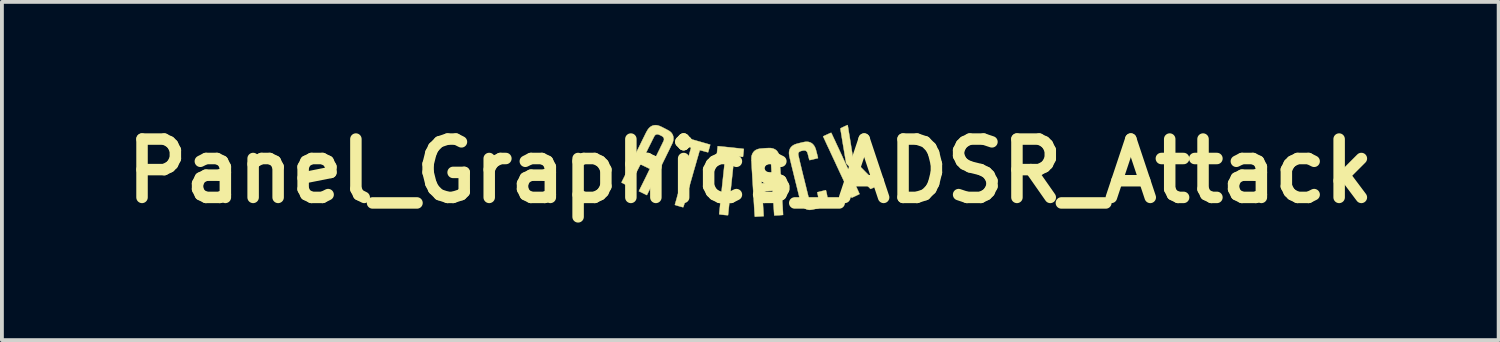
<source format=kicad_pcb>
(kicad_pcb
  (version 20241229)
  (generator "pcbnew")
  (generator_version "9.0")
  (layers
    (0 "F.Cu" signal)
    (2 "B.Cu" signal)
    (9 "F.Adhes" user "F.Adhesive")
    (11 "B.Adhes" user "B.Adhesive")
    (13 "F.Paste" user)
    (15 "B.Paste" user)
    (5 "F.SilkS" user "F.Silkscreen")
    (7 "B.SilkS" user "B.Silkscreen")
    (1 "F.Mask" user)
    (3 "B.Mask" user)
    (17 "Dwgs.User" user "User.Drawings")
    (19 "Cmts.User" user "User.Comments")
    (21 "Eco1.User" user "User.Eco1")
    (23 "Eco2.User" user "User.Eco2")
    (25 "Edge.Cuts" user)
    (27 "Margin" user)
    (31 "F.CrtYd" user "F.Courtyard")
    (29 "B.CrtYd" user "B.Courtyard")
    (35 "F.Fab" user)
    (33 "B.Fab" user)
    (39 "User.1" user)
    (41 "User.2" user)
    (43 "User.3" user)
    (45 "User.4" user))
  (footprint "Panel_Graphics_ADSR_Attack"
    (layer "F.Cu")
    (at 16.554 1.418)
    (property "Reference" "Panel_Graphics_ADSR_Attack" (at 0 0 0) (layer "F.SilkS") (effects (font (size 1.524 1.524) (thickness 0.3))))
    (attr through_hole)
    (fp_poly (pts (xy 2.545 -1.196) (xy 2.547 -1.184) (xy 2.55 -1.164) (xy 2.555 -1.138) (xy 2.56 -1.105) (xy 2.566 -1.067) (xy 2.573 -1.024) (xy 2.581 -0.977) (xy 2.59 -0.925) (xy 2.599 -0.87) (xy 2.608 -0.812) (xy 2.618 -0.751) (xy 2.618 -0.749) (xy 2.69 -0.301) (xy 2.934 -0.054) (xy 2.974 -0.013) (xy 3.014 0.028) (xy 3.054 0.068) (xy 3.093 0.107) (xy 3.13 0.145) (xy 3.165 0.18) (xy 3.196 0.212) (xy 3.223 0.239) (xy 3.246 0.263) (xy 3.264 0.281) (xy 3.265 0.282) (xy 3.353 0.371) (xy 3.278 0.406) (xy 3.252 0.418) (xy 3.227 0.43) (xy 3.204 0.441) (xy 3.185 0.45) (xy 3.172 0.455) (xy 3.142 0.469) (xy 2.825 0.139) (xy 2.783 0.094) (xy 2.742 0.051) (xy 2.702 0.01) (xy 2.666 -0.028) (xy 2.632 -0.064) (xy 2.601 -0.096) (xy 2.574 -0.125) (xy 2.551 -0.15) (xy 2.532 -0.17) (xy 2.518 -0.186) (xy 2.509 -0.196) (xy 2.505 -0.2) (xy 2.505 -0.2) (xy 2.504 -0.206) (xy 2.502 -0.219) (xy 2.498 -0.239) (xy 2.494 -0.265) (xy 2.488 -0.297) (xy 2.482 -0.335) (xy 2.475 -0.376) (xy 2.467 -0.421) (xy 2.459 -0.469) (xy 2.451 -0.52) (xy 2.442 -0.572) (xy 2.433 -0.625) (xy 2.424 -0.679) (xy 2.415 -0.732) (xy 2.406 -0.785) (xy 2.398 -0.835) (xy 2.39 -0.884) (xy 2.383 -0.929) (xy 2.376 -0.971) (xy 2.37 -1.008) (xy 2.364 -1.041) (xy 2.36 -1.068) (xy 2.357 -1.088) (xy 2.355 -1.102) (xy 2.354 -1.108) (xy 2.354 -1.108) (xy 2.356 -1.111) (xy 2.363 -1.116) (xy 2.375 -1.123) (xy 2.392 -1.133) (xy 2.417 -1.144) (xy 2.448 -1.159) (xy 2.474 -1.171) (xy 2.497 -1.181) (xy 2.517 -1.19) (xy 2.532 -1.196) (xy 2.541 -1.2) (xy 2.544 -1.2) (xy 2.545 -1.196)) (stroke (width 0.01) (type solid)) (fill yes) (layer "F.SilkS"))
    (fp_poly (pts (xy 2.115 -0.997) (xy 2.116 -0.996) (xy 2.12 -0.987) (xy 2.128 -0.972) (xy 2.138 -0.95) (xy 2.151 -0.922) (xy 2.167 -0.888) (xy 2.185 -0.849) (xy 2.206 -0.806) (xy 2.228 -0.758) (xy 2.252 -0.705) (xy 2.278 -0.65) (xy 2.306 -0.591) (xy 2.334 -0.53) (xy 2.363 -0.467) (xy 2.394 -0.402) (xy 2.424 -0.335) (xy 2.455 -0.268) (xy 2.487 -0.2) (xy 2.518 -0.132) (xy 2.549 -0.065) (xy 2.58 0.002) (xy 2.61 0.067) (xy 2.639 0.131) (xy 2.668 0.192) (xy 2.695 0.251) (xy 2.72 0.306) (xy 2.744 0.359) (xy 2.767 0.407) (xy 2.787 0.451) (xy 2.805 0.49) (xy 2.82 0.524) (xy 2.833 0.553) (xy 2.843 0.575) (xy 2.85 0.591) (xy 2.854 0.6) (xy 2.855 0.601) (xy 2.85 0.604) (xy 2.84 0.609) (xy 2.824 0.617) (xy 2.804 0.626) (xy 2.781 0.637) (xy 2.757 0.649) (xy 2.733 0.66) (xy 2.709 0.671) (xy 2.688 0.681) (xy 2.67 0.689) (xy 2.657 0.695) (xy 2.65 0.698) (xy 2.649 0.699) (xy 2.647 0.695) (xy 2.642 0.684) (xy 2.633 0.666) (xy 2.622 0.641) (xy 2.607 0.61) (xy 2.59 0.574) (xy 2.571 0.531) (xy 2.548 0.484) (xy 2.524 0.432) (xy 2.498 0.376) (xy 2.47 0.315) (xy 2.44 0.251) (xy 2.409 0.184) (xy 2.376 0.114) (xy 2.342 0.041) (xy 2.307 -0.034) (xy 2.297 -0.056) (xy 2.261 -0.132) (xy 2.227 -0.207) (xy 2.193 -0.28) (xy 2.16 -0.35) (xy 2.129 -0.417) (xy 2.099 -0.481) (xy 2.071 -0.542) (xy 2.045 -0.598) (xy 2.02 -0.65) (xy 1.998 -0.697) (xy 1.979 -0.739) (xy 1.962 -0.775) (xy 1.948 -0.806) (xy 1.937 -0.83) (xy 1.929 -0.847) (xy 1.924 -0.857) (xy 1.924 -0.858) (xy 1.902 -0.905) (xy 2.007 -0.954) (xy 2.039 -0.968) (xy 2.063 -0.979) (xy 2.082 -0.988) (xy 2.096 -0.993) (xy 2.105 -0.996) (xy 2.111 -0.998) (xy 2.115 -0.997)) (stroke (width 0.01) (type solid)) (fill yes) (layer "F.SilkS"))
    (fp_poly (pts (xy -0.846 -0.649) (xy -0.834 -0.648) (xy -0.815 -0.646) (xy -0.79 -0.644) (xy -0.76 -0.641) (xy -0.725 -0.637) (xy -0.686 -0.633) (xy -0.645 -0.629) (xy -0.601 -0.624) (xy -0.555 -0.62) (xy -0.509 -0.615) (xy -0.462 -0.61) (xy -0.417 -0.605) (xy -0.373 -0.6) (xy -0.331 -0.596) (xy -0.293 -0.591) (xy -0.258 -0.588) (xy -0.228 -0.584) (xy -0.204 -0.582) (xy -0.185 -0.579) (xy -0.174 -0.578) (xy -0.17 -0.577) (xy -0.17 -0.573) (xy -0.171 -0.562) (xy -0.172 -0.545) (xy -0.174 -0.523) (xy -0.177 -0.499) (xy -0.179 -0.474) (xy -0.182 -0.449) (xy -0.185 -0.424) (xy -0.187 -0.403) (xy -0.189 -0.386) (xy -0.191 -0.374) (xy -0.192 -0.37) (xy -0.192 -0.37) (xy -0.196 -0.37) (xy -0.208 -0.371) (xy -0.226 -0.372) (xy -0.248 -0.374) (xy -0.274 -0.377) (xy -0.29 -0.379) (xy -0.319 -0.382) (xy -0.346 -0.384) (xy -0.369 -0.387) (xy -0.387 -0.389) (xy -0.399 -0.39) (xy -0.402 -0.39) (xy -0.417 -0.392) (xy -0.5 0.381) (xy -0.582 1.154) (xy -0.597 1.154) (xy -0.605 1.154) (xy -0.621 1.153) (xy -0.642 1.151) (xy -0.667 1.149) (xy -0.695 1.146) (xy -0.712 1.144) (xy -0.744 1.14) (xy -0.768 1.138) (xy -0.786 1.135) (xy -0.798 1.133) (xy -0.806 1.131) (xy -0.81 1.129) (xy -0.812 1.127) (xy -0.813 1.124) (xy -0.813 1.123) (xy -0.812 1.118) (xy -0.811 1.105) (xy -0.809 1.084) (xy -0.806 1.056) (xy -0.802 1.022) (xy -0.798 0.981) (xy -0.793 0.934) (xy -0.788 0.882) (xy -0.782 0.825) (xy -0.775 0.764) (xy -0.768 0.698) (xy -0.761 0.629) (xy -0.753 0.556) (xy -0.745 0.48) (xy -0.737 0.402) (xy -0.732 0.363) (xy -0.724 0.284) (xy -0.716 0.207) (xy -0.708 0.133) (xy -0.7 0.062) (xy -0.693 -0.006) (xy -0.686 -0.07) (xy -0.68 -0.13) (xy -0.674 -0.185) (xy -0.669 -0.235) (xy -0.664 -0.279) (xy -0.66 -0.317) (xy -0.656 -0.349) (xy -0.654 -0.373) (xy -0.652 -0.391) (xy -0.651 -0.4) (xy -0.651 -0.402) (xy -0.65 -0.417) (xy -0.762 -0.429) (xy -0.874 -0.441) (xy -0.863 -0.545) (xy -0.86 -0.573) (xy -0.857 -0.599) (xy -0.855 -0.621) (xy -0.853 -0.637) (xy -0.851 -0.647) (xy -0.85 -0.649) (xy -0.846 -0.649)) (stroke (width 0.01) (type solid)) (fill yes) (layer "F.SilkS"))
    (fp_poly (pts (xy -1.694 -0.872) (xy -1.682 -0.869) (xy -1.663 -0.863) (xy -1.638 -0.857) (xy -1.609 -0.848) (xy -1.574 -0.839) (xy -1.537 -0.828) (xy -1.496 -0.817) (xy -1.453 -0.805) (xy -1.409 -0.792) (xy -1.364 -0.779) (xy -1.32 -0.767) (xy -1.276 -0.754) (xy -1.234 -0.742) (xy -1.195 -0.731) (xy -1.158 -0.721) (xy -1.126 -0.711) (xy -1.098 -0.703) (xy -1.075 -0.697) (xy -1.059 -0.692) (xy -1.049 -0.689) (xy -1.047 -0.688) (xy -1.048 -0.684) (xy -1.05 -0.673) (xy -1.055 -0.657) (xy -1.06 -0.637) (xy -1.067 -0.613) (xy -1.074 -0.589) (xy -1.081 -0.564) (xy -1.087 -0.541) (xy -1.093 -0.52) (xy -1.098 -0.504) (xy -1.102 -0.492) (xy -1.103 -0.488) (xy -1.103 -0.488) (xy -1.107 -0.488) (xy -1.119 -0.491) (xy -1.136 -0.496) (xy -1.158 -0.502) (xy -1.184 -0.509) (xy -1.211 -0.516) (xy -1.239 -0.524) (xy -1.265 -0.531) (xy -1.288 -0.537) (xy -1.305 -0.541) (xy -1.316 -0.544) (xy -1.32 -0.544) (xy -1.322 -0.54) (xy -1.325 -0.528) (xy -1.331 -0.508) (xy -1.339 -0.482) (xy -1.348 -0.449) (xy -1.359 -0.41) (xy -1.372 -0.366) (xy -1.387 -0.316) (xy -1.402 -0.261) (xy -1.419 -0.202) (xy -1.437 -0.138) (xy -1.457 -0.071) (xy -1.477 -0.001) (xy -1.498 0.073) (xy -1.519 0.148) (xy -1.535 0.202) (xy -1.561 0.294) (xy -1.585 0.379) (xy -1.607 0.456) (xy -1.627 0.525) (xy -1.645 0.588) (xy -1.661 0.645) (xy -1.675 0.695) (xy -1.688 0.74) (xy -1.7 0.779) (xy -1.71 0.813) (xy -1.718 0.842) (xy -1.726 0.867) (xy -1.732 0.888) (xy -1.738 0.905) (xy -1.742 0.918) (xy -1.746 0.929) (xy -1.749 0.936) (xy -1.751 0.942) (xy -1.753 0.945) (xy -1.754 0.947) (xy -1.755 0.947) (xy -1.761 0.946) (xy -1.774 0.943) (xy -1.793 0.938) (xy -1.817 0.932) (xy -1.843 0.924) (xy -1.868 0.917) (xy -1.899 0.908) (xy -1.926 0.9) (xy -1.947 0.893) (xy -1.962 0.888) (xy -1.97 0.884) (xy -1.971 0.883) (xy -1.97 0.878) (xy -1.966 0.866) (xy -1.961 0.847) (xy -1.953 0.821) (xy -1.944 0.789) (xy -1.933 0.751) (xy -1.921 0.708) (xy -1.908 0.66) (xy -1.893 0.608) (xy -1.877 0.552) (xy -1.86 0.494) (xy -1.843 0.432) (xy -1.825 0.369) (xy -1.806 0.303) (xy -1.787 0.237) (xy -1.768 0.169) (xy -1.749 0.102) (xy -1.73 0.034) (xy -1.711 -0.032) (xy -1.692 -0.097) (xy -1.674 -0.161) (xy -1.657 -0.222) (xy -1.64 -0.281) (xy -1.625 -0.336) (xy -1.61 -0.388) (xy -1.597 -0.435) (xy -1.584 -0.478) (xy -1.574 -0.515) (xy -1.565 -0.547) (xy -1.558 -0.573) (xy -1.552 -0.592) (xy -1.549 -0.603) (xy -1.548 -0.607) (xy -1.552 -0.61) (xy -1.562 -0.614) (xy -1.579 -0.62) (xy -1.601 -0.627) (xy -1.627 -0.634) (xy -1.651 -0.641) (xy -1.679 -0.65) (xy -1.705 -0.657) (xy -1.727 -0.664) (xy -1.744 -0.669) (xy -1.756 -0.672) (xy -1.759 -0.673) (xy -1.76 -0.678) (xy -1.758 -0.691) (xy -1.753 -0.711) (xy -1.746 -0.739) (xy -1.736 -0.773) (xy -1.736 -0.775) (xy -1.727 -0.806) (xy -1.72 -0.83) (xy -1.714 -0.848) (xy -1.71 -0.86) (xy -1.707 -0.868) (xy -1.704 -0.872) (xy -1.701 -0.873) (xy -1.699 -0.873) (xy -1.694 -0.872)) (stroke (width 0.01) (type solid)) (fill yes) (layer "F.SilkS"))
    (fp_poly (pts (xy 1.528 -0.759) (xy 1.568 -0.746) (xy 1.605 -0.726) (xy 1.637 -0.698) (xy 1.666 -0.663) (xy 1.69 -0.621) (xy 1.709 -0.572) (xy 1.71 -0.572) (xy 1.713 -0.561) (xy 1.717 -0.544) (xy 1.723 -0.523) (xy 1.729 -0.499) (xy 1.736 -0.472) (xy 1.743 -0.445) (xy 1.75 -0.419) (xy 1.756 -0.394) (xy 1.761 -0.372) (xy 1.765 -0.354) (xy 1.768 -0.342) (xy 1.769 -0.337) (xy 1.769 -0.336) (xy 1.764 -0.335) (xy 1.753 -0.332) (xy 1.736 -0.328) (xy 1.715 -0.323) (xy 1.691 -0.317) (xy 1.665 -0.311) (xy 1.639 -0.304) (xy 1.613 -0.298) (xy 1.591 -0.293) (xy 1.571 -0.289) (xy 1.557 -0.285) (xy 1.549 -0.284) (xy 1.548 -0.284) (xy 1.545 -0.288) (xy 1.541 -0.299) (xy 1.535 -0.318) (xy 1.528 -0.344) (xy 1.52 -0.375) (xy 1.52 -0.376) (xy 1.511 -0.411) (xy 1.504 -0.439) (xy 1.498 -0.461) (xy 1.492 -0.477) (xy 1.487 -0.49) (xy 1.481 -0.5) (xy 1.475 -0.508) (xy 1.468 -0.515) (xy 1.468 -0.515) (xy 1.452 -0.527) (xy 1.435 -0.534) (xy 1.414 -0.537) (xy 1.388 -0.536) (xy 1.357 -0.53) (xy 1.344 -0.527) (xy 1.315 -0.519) (xy 1.293 -0.509) (xy 1.277 -0.498) (xy 1.265 -0.484) (xy 1.261 -0.478) (xy 1.256 -0.467) (xy 1.254 -0.456) (xy 1.254 -0.442) (xy 1.254 -0.428) (xy 1.255 -0.419) (xy 1.258 -0.403) (xy 1.263 -0.381) (xy 1.27 -0.352) (xy 1.278 -0.315) (xy 1.288 -0.272) (xy 1.3 -0.22) (xy 1.314 -0.162) (xy 1.33 -0.096) (xy 1.348 -0.021) (xy 1.368 0.061) (xy 1.39 0.15) (xy 1.407 0.217) (xy 1.423 0.282) (xy 1.438 0.344) (xy 1.453 0.403) (xy 1.466 0.459) (xy 1.479 0.511) (xy 1.491 0.558) (xy 1.501 0.6) (xy 1.51 0.636) (xy 1.518 0.667) (xy 1.524 0.691) (xy 1.528 0.708) (xy 1.53 0.717) (xy 1.531 0.718) (xy 1.54 0.741) (xy 1.553 0.761) (xy 1.568 0.777) (xy 1.576 0.782) (xy 1.595 0.787) (xy 1.62 0.788) (xy 1.651 0.785) (xy 1.683 0.777) (xy 1.713 0.768) (xy 1.737 0.757) (xy 1.754 0.744) (xy 1.766 0.727) (xy 1.772 0.707) (xy 1.773 0.681) (xy 1.77 0.65) (xy 1.762 0.613) (xy 1.761 0.609) (xy 1.757 0.589) (xy 1.753 0.573) (xy 1.751 0.561) (xy 1.75 0.556) (xy 1.75 0.556) (xy 1.754 0.554) (xy 1.766 0.551) (xy 1.783 0.547) (xy 1.804 0.542) (xy 1.828 0.536) (xy 1.854 0.529) (xy 1.88 0.523) (xy 1.905 0.517) (xy 1.929 0.511) (xy 1.949 0.506) (xy 1.964 0.503) (xy 1.973 0.501) (xy 1.975 0.501) (xy 1.976 0.505) (xy 1.979 0.516) (xy 1.983 0.533) (xy 1.988 0.554) (xy 1.994 0.578) (xy 2.005 0.629) (xy 2.012 0.674) (xy 2.015 0.714) (xy 2.014 0.75) (xy 2.008 0.782) (xy 1.999 0.812) (xy 1.987 0.839) (xy 1.966 0.87) (xy 1.938 0.899) (xy 1.904 0.924) (xy 1.882 0.936) (xy 1.867 0.942) (xy 1.85 0.949) (xy 1.83 0.955) (xy 1.806 0.963) (xy 1.775 0.971) (xy 1.739 0.98) (xy 1.696 0.991) (xy 1.66 0.999) (xy 1.629 1.006) (xy 1.604 1.01) (xy 1.582 1.013) (xy 1.563 1.015) (xy 1.545 1.015) (xy 1.528 1.014) (xy 1.512 1.012) (xy 1.475 1.003) (xy 1.44 0.986) (xy 1.407 0.964) (xy 1.396 0.955) (xy 1.375 0.933) (xy 1.355 0.903) (xy 1.337 0.87) (xy 1.322 0.834) (xy 1.317 0.821) (xy 1.315 0.814) (xy 1.311 0.8) (xy 1.306 0.778) (xy 1.299 0.75) (xy 1.29 0.715) (xy 1.28 0.676) (xy 1.269 0.631) (xy 1.257 0.582) (xy 1.244 0.53) (xy 1.23 0.474) (xy 1.216 0.416) (xy 1.201 0.355) (xy 1.185 0.293) (xy 1.17 0.23) (xy 1.154 0.167) (xy 1.139 0.104) (xy 1.124 0.042) (xy 1.109 -0.019) (xy 1.094 -0.078) (xy 1.08 -0.135) (xy 1.067 -0.189) (xy 1.055 -0.239) (xy 1.044 -0.285) (xy 1.039 -0.307) (xy 1.028 -0.353) (xy 1.02 -0.392) (xy 1.015 -0.425) (xy 1.012 -0.454) (xy 1.012 -0.481) (xy 1.014 -0.505) (xy 1.016 -0.519) (xy 1.027 -0.561) (xy 1.045 -0.598) (xy 1.071 -0.631) (xy 1.103 -0.66) (xy 1.142 -0.684) (xy 1.145 -0.686) (xy 1.16 -0.692) (xy 1.177 -0.699) (xy 1.197 -0.706) (xy 1.221 -0.713) (xy 1.251 -0.721) (xy 1.288 -0.73) (xy 1.29 -0.731) (xy 1.321 -0.738) (xy 1.352 -0.746) (xy 1.381 -0.752) (xy 1.406 -0.757) (xy 1.426 -0.761) (xy 1.435 -0.762) (xy 1.483 -0.764) (xy 1.528 -0.759)) (stroke (width 0.01) (type solid)) (fill yes) (layer "F.SilkS"))
    (fp_poly (pts (xy -2.437 -1.195) (xy -2.39 -1.183) (xy -2.371 -1.176) (xy -2.354 -1.169) (xy -2.332 -1.159) (xy -2.306 -1.147) (xy -2.278 -1.132) (xy -2.247 -1.117) (xy -2.217 -1.101) (xy -2.188 -1.086) (xy -2.16 -1.071) (xy -2.137 -1.058) (xy -2.118 -1.047) (xy -2.105 -1.039) (xy -2.103 -1.037) (xy -2.068 -1.007) (xy -2.042 -0.972) (xy -2.023 -0.935) (xy -2.011 -0.894) (xy -2.008 -0.851) (xy -2.012 -0.804) (xy -2.024 -0.756) (xy -2.033 -0.732) (xy -2.035 -0.727) (xy -2.041 -0.715) (xy -2.05 -0.696) (xy -2.063 -0.671) (xy -2.078 -0.64) (xy -2.095 -0.604) (xy -2.115 -0.563) (xy -2.137 -0.518) (xy -2.161 -0.47) (xy -2.187 -0.417) (xy -2.213 -0.363) (xy -2.242 -0.305) (xy -2.271 -0.246) (xy -2.3 -0.185) (xy -2.331 -0.124) (xy -2.361 -0.061) (xy -2.392 0.001) (xy -2.422 0.063) (xy -2.453 0.124) (xy -2.482 0.184) (xy -2.51 0.242) (xy -2.538 0.297) (xy -2.564 0.35) (xy -2.589 0.4) (xy -2.611 0.446) (xy -2.632 0.488) (xy -2.651 0.526) (xy -2.667 0.558) (xy -2.68 0.585) (xy -2.69 0.606) (xy -2.698 0.62) (xy -2.702 0.628) (xy -2.702 0.629) (xy -2.706 0.628) (xy -2.717 0.623) (xy -2.733 0.615) (xy -2.753 0.605) (xy -2.778 0.593) (xy -2.805 0.58) (xy -2.807 0.578) (xy -2.912 0.527) (xy -2.81 0.322) (xy -2.789 0.279) (xy -2.768 0.237) (xy -2.747 0.195) (xy -2.727 0.154) (xy -2.709 0.117) (xy -2.693 0.083) (xy -2.679 0.055) (xy -2.668 0.033) (xy -2.667 0.03) (xy -2.625 -0.056) (xy -2.744 -0.115) (xy -2.774 -0.129) (xy -2.801 -0.142) (xy -2.825 -0.154) (xy -2.844 -0.163) (xy -2.858 -0.17) (xy -2.867 -0.173) (xy -2.868 -0.174) (xy -2.871 -0.17) (xy -2.877 -0.159) (xy -2.886 -0.142) (xy -2.898 -0.119) (xy -2.912 -0.091) (xy -2.929 -0.058) (xy -2.948 -0.021) (xy -2.968 0.02) (xy -2.99 0.063) (xy -3.013 0.109) (xy -3.016 0.116) (xy -3.159 0.406) (xy -3.262 0.354) (xy -3.289 0.341) (xy -3.314 0.328) (xy -3.335 0.317) (xy -3.351 0.309) (xy -3.361 0.303) (xy -3.365 0.3) (xy -3.365 0.3) (xy -3.364 0.296) (xy -3.358 0.285) (xy -3.35 0.267) (xy -3.338 0.243) (xy -3.323 0.213) (xy -3.305 0.177) (xy -3.285 0.136) (xy -3.263 0.091) (xy -3.239 0.041) (xy -3.212 -0.012) (xy -3.184 -0.069) (xy -3.155 -0.129) (xy -3.124 -0.191) (xy -3.093 -0.255) (xy -3.09 -0.261) (xy -3.057 -0.327) (xy -3.038 -0.366) (xy -2.776 -0.366) (xy -2.772 -0.364) (xy -2.761 -0.358) (xy -2.745 -0.35) (xy -2.725 -0.34) (xy -2.702 -0.328) (xy -2.676 -0.316) (xy -2.65 -0.303) (xy -2.624 -0.29) (xy -2.599 -0.278) (xy -2.576 -0.267) (xy -2.557 -0.257) (xy -2.543 -0.251) (xy -2.534 -0.246) (xy -2.532 -0.246) (xy -2.53 -0.249) (xy -2.524 -0.26) (xy -2.515 -0.277) (xy -2.504 -0.3) (xy -2.49 -0.328) (xy -2.473 -0.361) (xy -2.455 -0.397) (xy -2.435 -0.437) (xy -2.414 -0.48) (xy -2.398 -0.513) (xy -2.376 -0.557) (xy -2.355 -0.6) (xy -2.336 -0.641) (xy -2.317 -0.678) (xy -2.301 -0.711) (xy -2.288 -0.739) (xy -2.276 -0.763) (xy -2.268 -0.78) (xy -2.263 -0.792) (xy -2.261 -0.795) (xy -2.255 -0.823) (xy -2.257 -0.849) (xy -2.267 -0.874) (xy -2.284 -0.894) (xy -2.293 -0.902) (xy -2.31 -0.912) (xy -2.331 -0.924) (xy -2.354 -0.935) (xy -2.377 -0.945) (xy -2.398 -0.953) (xy -2.415 -0.958) (xy -2.42 -0.959) (xy -2.446 -0.958) (xy -2.469 -0.95) (xy -2.49 -0.934) (xy -2.503 -0.917) (xy -2.507 -0.911) (xy -2.514 -0.897) (xy -2.524 -0.878) (xy -2.536 -0.854) (xy -2.551 -0.825) (xy -2.567 -0.793) (xy -2.584 -0.758) (xy -2.603 -0.721) (xy -2.622 -0.682) (xy -2.642 -0.642) (xy -2.662 -0.603) (xy -2.681 -0.564) (xy -2.699 -0.526) (xy -2.716 -0.491) (xy -2.732 -0.459) (xy -2.746 -0.43) (xy -2.758 -0.406) (xy -2.767 -0.387) (xy -2.773 -0.374) (xy -2.776 -0.367) (xy -2.776 -0.366) (xy -3.038 -0.366) (xy -3.024 -0.393) (xy -2.992 -0.458) (xy -2.961 -0.521) (xy -2.932 -0.581) (xy -2.903 -0.639) (xy -2.876 -0.693) (xy -2.852 -0.743) (xy -2.829 -0.789) (xy -2.809 -0.83) (xy -2.792 -0.865) (xy -2.777 -0.894) (xy -2.766 -0.917) (xy -2.76 -0.929) (xy -2.739 -0.972) (xy -2.721 -1.007) (xy -2.705 -1.037) (xy -2.69 -1.062) (xy -2.677 -1.083) (xy -2.664 -1.101) (xy -2.651 -1.116) (xy -2.637 -1.131) (xy -2.636 -1.132) (xy -2.602 -1.16) (xy -2.564 -1.181) (xy -2.524 -1.193) (xy -2.482 -1.198) (xy -2.437 -1.195)) (stroke (width 0.01) (type solid)) (fill yes) (layer "F.SilkS"))
    (fp_poly (pts (xy 0.533 -0.599) (xy 0.575 -0.592) (xy 0.614 -0.58) (xy 0.649 -0.562) (xy 0.68 -0.541) (xy 0.697 -0.524) (xy 0.72 -0.491) (xy 0.739 -0.452) (xy 0.753 -0.409) (xy 0.763 -0.365) (xy 0.763 -0.358) (xy 0.764 -0.343) (xy 0.766 -0.32) (xy 0.768 -0.291) (xy 0.77 -0.256) (xy 0.773 -0.215) (xy 0.776 -0.169) (xy 0.779 -0.118) (xy 0.783 -0.063) (xy 0.787 -0.005) (xy 0.791 0.057) (xy 0.795 0.121) (xy 0.799 0.187) (xy 0.803 0.255) (xy 0.807 0.324) (xy 0.812 0.393) (xy 0.816 0.462) (xy 0.82 0.531) (xy 0.824 0.599) (xy 0.828 0.665) (xy 0.832 0.729) (xy 0.836 0.79) (xy 0.839 0.848) (xy 0.843 0.903) (xy 0.846 0.953) (xy 0.848 0.999) (xy 0.851 1.04) (xy 0.853 1.075) (xy 0.854 1.103) (xy 0.855 1.125) (xy 0.856 1.14) (xy 0.856 1.147) (xy 0.856 1.147) (xy 0.852 1.148) (xy 0.84 1.149) (xy 0.823 1.151) (xy 0.801 1.152) (xy 0.776 1.154) (xy 0.749 1.156) (xy 0.722 1.157) (xy 0.696 1.159) (xy 0.672 1.16) (xy 0.652 1.161) (xy 0.637 1.161) (xy 0.628 1.161) (xy 0.627 1.161) (xy 0.626 1.157) (xy 0.625 1.145) (xy 0.623 1.125) (xy 0.622 1.099) (xy 0.619 1.068) (xy 0.617 1.031) (xy 0.614 0.989) (xy 0.611 0.944) (xy 0.608 0.896) (xy 0.605 0.845) (xy 0.605 0.84) (xy 0.602 0.789) (xy 0.599 0.74) (xy 0.596 0.694) (xy 0.593 0.653) (xy 0.591 0.615) (xy 0.588 0.583) (xy 0.586 0.557) (xy 0.585 0.536) (xy 0.584 0.523) (xy 0.583 0.518) (xy 0.583 0.518) (xy 0.578 0.518) (xy 0.566 0.518) (xy 0.549 0.518) (xy 0.526 0.519) (xy 0.5 0.52) (xy 0.472 0.522) (xy 0.442 0.524) (xy 0.413 0.525) (xy 0.386 0.527) (xy 0.361 0.529) (xy 0.34 0.53) (xy 0.325 0.532) (xy 0.316 0.533) (xy 0.314 0.533) (xy 0.314 0.538) (xy 0.314 0.55) (xy 0.314 0.569) (xy 0.316 0.595) (xy 0.317 0.627) (xy 0.319 0.664) (xy 0.321 0.705) (xy 0.324 0.751) (xy 0.327 0.799) (xy 0.33 0.85) (xy 0.33 0.857) (xy 0.333 0.909) (xy 0.336 0.957) (xy 0.339 1.003) (xy 0.342 1.045) (xy 0.344 1.082) (xy 0.346 1.115) (xy 0.347 1.141) (xy 0.349 1.161) (xy 0.349 1.174) (xy 0.35 1.179) (xy 0.35 1.179) (xy 0.346 1.18) (xy 0.334 1.181) (xy 0.317 1.182) (xy 0.295 1.183) (xy 0.271 1.185) (xy 0.269 1.185) (xy 0.241 1.187) (xy 0.213 1.188) (xy 0.187 1.19) (xy 0.166 1.191) (xy 0.154 1.192) (xy 0.137 1.194) (xy 0.126 1.194) (xy 0.121 1.192) (xy 0.118 1.189) (xy 0.117 1.185) (xy 0.116 1.18) (xy 0.116 1.166) (xy 0.114 1.146) (xy 0.112 1.118) (xy 0.11 1.083) (xy 0.107 1.042) (xy 0.105 0.995) (xy 0.101 0.943) (xy 0.098 0.886) (xy 0.094 0.824) (xy 0.09 0.758) (xy 0.086 0.688) (xy 0.081 0.615) (xy 0.077 0.54) (xy 0.072 0.462) (xy 0.07 0.429) (xy 0.064 0.333) (xy 0.059 0.246) (xy 0.054 0.167) (xy 0.05 0.094) (xy 0.046 0.029) (xy 0.042 -0.03) (xy 0.039 -0.083) (xy 0.037 -0.13) (xy 0.035 -0.172) (xy 0.033 -0.208) (xy 0.031 -0.24) (xy 0.03 -0.268) (xy 0.03 -0.279) (xy 0.263 -0.279) (xy 0.263 -0.27) (xy 0.264 -0.252) (xy 0.265 -0.228) (xy 0.266 -0.198) (xy 0.268 -0.162) (xy 0.27 -0.123) (xy 0.273 -0.079) (xy 0.276 -0.033) (xy 0.279 0.015) (xy 0.279 0.028) (xy 0.282 0.075) (xy 0.285 0.121) (xy 0.288 0.163) (xy 0.29 0.201) (xy 0.292 0.235) (xy 0.294 0.264) (xy 0.295 0.287) (xy 0.296 0.303) (xy 0.296 0.311) (xy 0.296 0.313) (xy 0.297 0.318) (xy 0.3 0.321) (xy 0.306 0.321) (xy 0.319 0.32) (xy 0.323 0.32) (xy 0.334 0.319) (xy 0.353 0.318) (xy 0.377 0.316) (xy 0.405 0.314) (xy 0.435 0.312) (xy 0.459 0.311) (xy 0.489 0.309) (xy 0.516 0.307) (xy 0.538 0.306) (xy 0.556 0.304) (xy 0.567 0.303) (xy 0.571 0.303) (xy 0.571 0.298) (xy 0.57 0.286) (xy 0.569 0.268) (xy 0.568 0.243) (xy 0.566 0.213) (xy 0.564 0.179) (xy 0.562 0.141) (xy 0.56 0.101) (xy 0.557 0.058) (xy 0.555 0.015) (xy 0.552 -0.029) (xy 0.55 -0.072) (xy 0.547 -0.113) (xy 0.545 -0.152) (xy 0.542 -0.188) (xy 0.54 -0.221) (xy 0.539 -0.248) (xy 0.537 -0.27) (xy 0.536 -0.286) (xy 0.535 -0.294) (xy 0.532 -0.311) (xy 0.526 -0.329) (xy 0.523 -0.337) (xy 0.513 -0.355) (xy 0.5 -0.368) (xy 0.483 -0.377) (xy 0.462 -0.382) (xy 0.434 -0.385) (xy 0.399 -0.384) (xy 0.397 -0.384) (xy 0.367 -0.382) (xy 0.344 -0.379) (xy 0.325 -0.375) (xy 0.311 -0.37) (xy 0.299 -0.363) (xy 0.294 -0.359) (xy 0.278 -0.342) (xy 0.268 -0.322) (xy 0.263 -0.298) (xy 0.263 -0.279) (xy 0.03 -0.279) (xy 0.029 -0.292) (xy 0.029 -0.313) (xy 0.029 -0.33) (xy 0.029 -0.345) (xy 0.03 -0.358) (xy 0.03 -0.368) (xy 0.032 -0.378) (xy 0.033 -0.386) (xy 0.034 -0.393) (xy 0.036 -0.4) (xy 0.038 -0.407) (xy 0.04 -0.414) (xy 0.041 -0.415) (xy 0.057 -0.457) (xy 0.08 -0.493) (xy 0.109 -0.524) (xy 0.144 -0.549) (xy 0.185 -0.568) (xy 0.23 -0.58) (xy 0.247 -0.583) (xy 0.271 -0.586) (xy 0.3 -0.588) (xy 0.333 -0.591) (xy 0.367 -0.594) (xy 0.403 -0.596) (xy 0.437 -0.598) (xy 0.469 -0.599) (xy 0.497 -0.6) (xy 0.519 -0.6) (xy 0.533 -0.599)) (stroke (width 0.01) (type solid)) (fill yes) (layer "F.SilkS")))
  (gr_rect
    (start -3 -3)
    (end 36.107 5.836)
    (stroke (width 0.1) (type default))
    (fill no)
    (layer "Edge.Cuts")))
</source>
